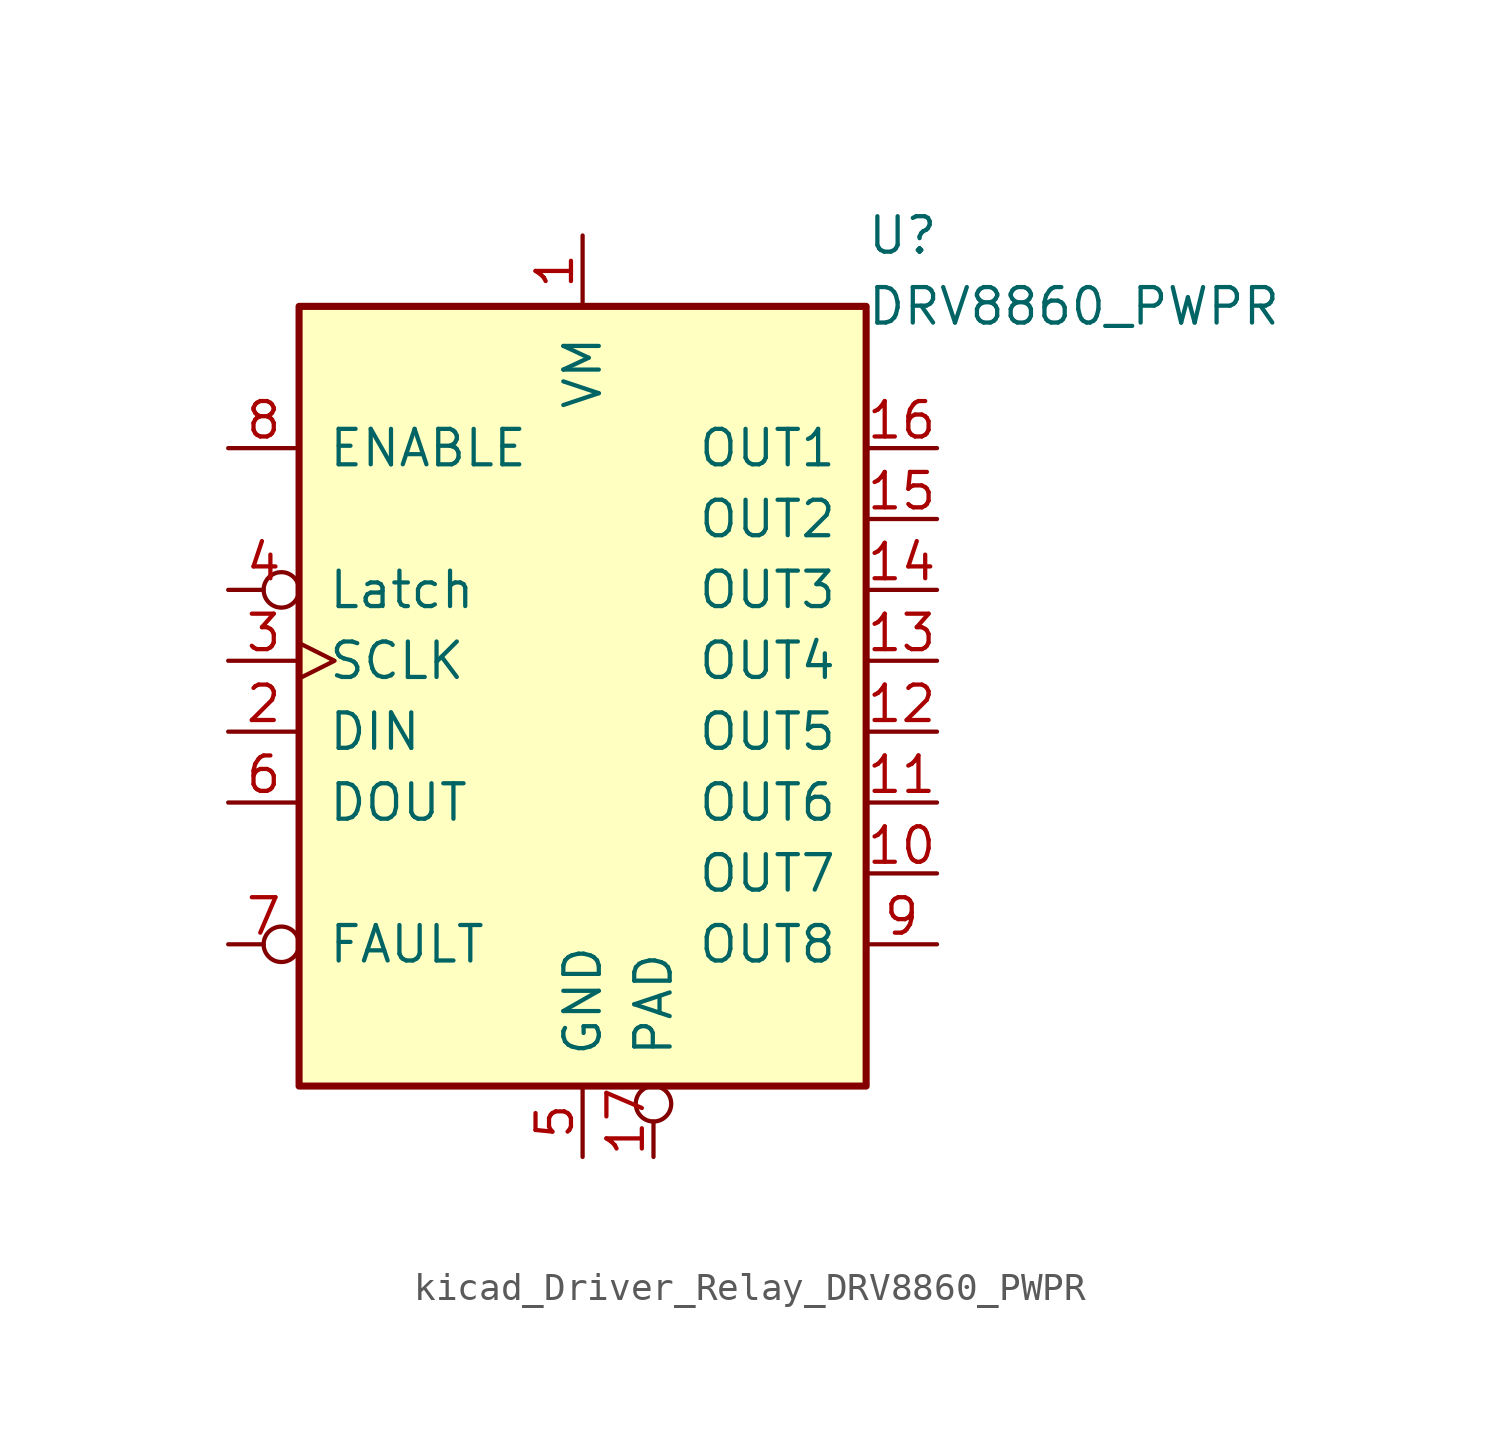
<source format=kicad_sym>
(kicad_symbol_lib
  (version 20220914)
  (generator kicad_symbol_editor)
  (symbol "kicad_Driver_Relay_DRV8860_PWPR"
    (pin_names
      (offset 1.016))
    (property "Reference" "U"
      (at 10.16 17.78 0)
      (effects (font (size 1.27 1.27)) (justify left)))
    (property "Value" "DRV8860_PWPR"
      (at 10.16 15.24 0)
      (effects (font (size 1.27 1.27)) (justify left)))
    (symbol "kicad_Driver_Relay_DRV8860_PWPR_0_1"
      (rectangle (start -10.16 15.24) (end 10.16 -12.7) (stroke (width 0.254) (type default)) (fill (type background))))
    (symbol "kicad_Driver_Relay_DRV8860_PWPR_1_1"
      (pin power_in line (at 0 17.78 270) (length 2.54) (name "VM" (effects (font (size 1.27 1.27)))) (number "1" (effects (font (size 1.27 1.27)))))
      (pin output line (at 12.7 -5.08 180) (length 2.54) (name "OUT7" (effects (font (size 1.27 1.27)))) (number "10" (effects (font (size 1.27 1.27)))))
      (pin output line (at 12.7 -2.54 180) (length 2.54) (name "OUT6" (effects (font (size 1.27 1.27)))) (number "11" (effects (font (size 1.27 1.27)))))
      (pin output line (at 12.7 0 180) (length 2.54) (name "OUT5" (effects (font (size 1.27 1.27)))) (number "12" (effects (font (size 1.27 1.27)))))
      (pin output line (at 12.7 2.54 180) (length 2.54) (name "OUT4" (effects (font (size 1.27 1.27)))) (number "13" (effects (font (size 1.27 1.27)))))
      (pin output line (at 12.7 5.08 180) (length 2.54) (name "OUT3" (effects (font (size 1.27 1.27)))) (number "14" (effects (font (size 1.27 1.27)))))
      (pin output line (at 12.7 7.62 180) (length 2.54) (name "OUT2" (effects (font (size 1.27 1.27)))) (number "15" (effects (font (size 1.27 1.27)))))
      (pin output line (at 12.7 10.16 180) (length 2.54) (name "OUT1" (effects (font (size 1.27 1.27)))) (number "16" (effects (font (size 1.27 1.27)))))
      (pin power_in inverted (at 2.54 -15.24 90) (length 2.54) (name "PAD" (effects (font (size 1.27 1.27)))) (number "17" (effects (font (size 1.27 1.27)))))
      (pin input line (at -12.7 0 0) (length 2.54) (name "DIN" (effects (font (size 1.27 1.27)))) (number "2" (effects (font (size 1.27 1.27)))))
      (pin input clock (at -12.7 2.54 0) (length 2.54) (name "SCLK" (effects (font (size 1.27 1.27)))) (number "3" (effects (font (size 1.27 1.27)))))
      (pin input inverted (at -12.7 5.08 0) (length 2.54) (name "Latch" (effects (font (size 1.27 1.27)))) (number "4" (effects (font (size 1.27 1.27)))))
      (pin power_in line (at 0 -15.24 90) (length 2.54) (name "GND" (effects (font (size 1.27 1.27)))) (number "5" (effects (font (size 1.27 1.27)))))
      (pin output line (at -12.7 -2.54 0) (length 2.54) (name "DOUT" (effects (font (size 1.27 1.27)))) (number "6" (effects (font (size 1.27 1.27)))))
      (pin open_collector inverted (at -12.7 -7.62 0) (length 2.54) (name "FAULT" (effects (font (size 1.27 1.27)))) (number "7" (effects (font (size 1.27 1.27)))))
      (pin input line (at -12.7 10.16 0) (length 2.54) (name "ENABLE" (effects (font (size 1.27 1.27)))) (number "8" (effects (font (size 1.27 1.27)))))
      (pin output line (at 12.7 -7.62 180) (length 2.54) (name "OUT8" (effects (font (size 1.27 1.27)))) (number "9" (effects (font (size 1.27 1.27))))))))
</source>
